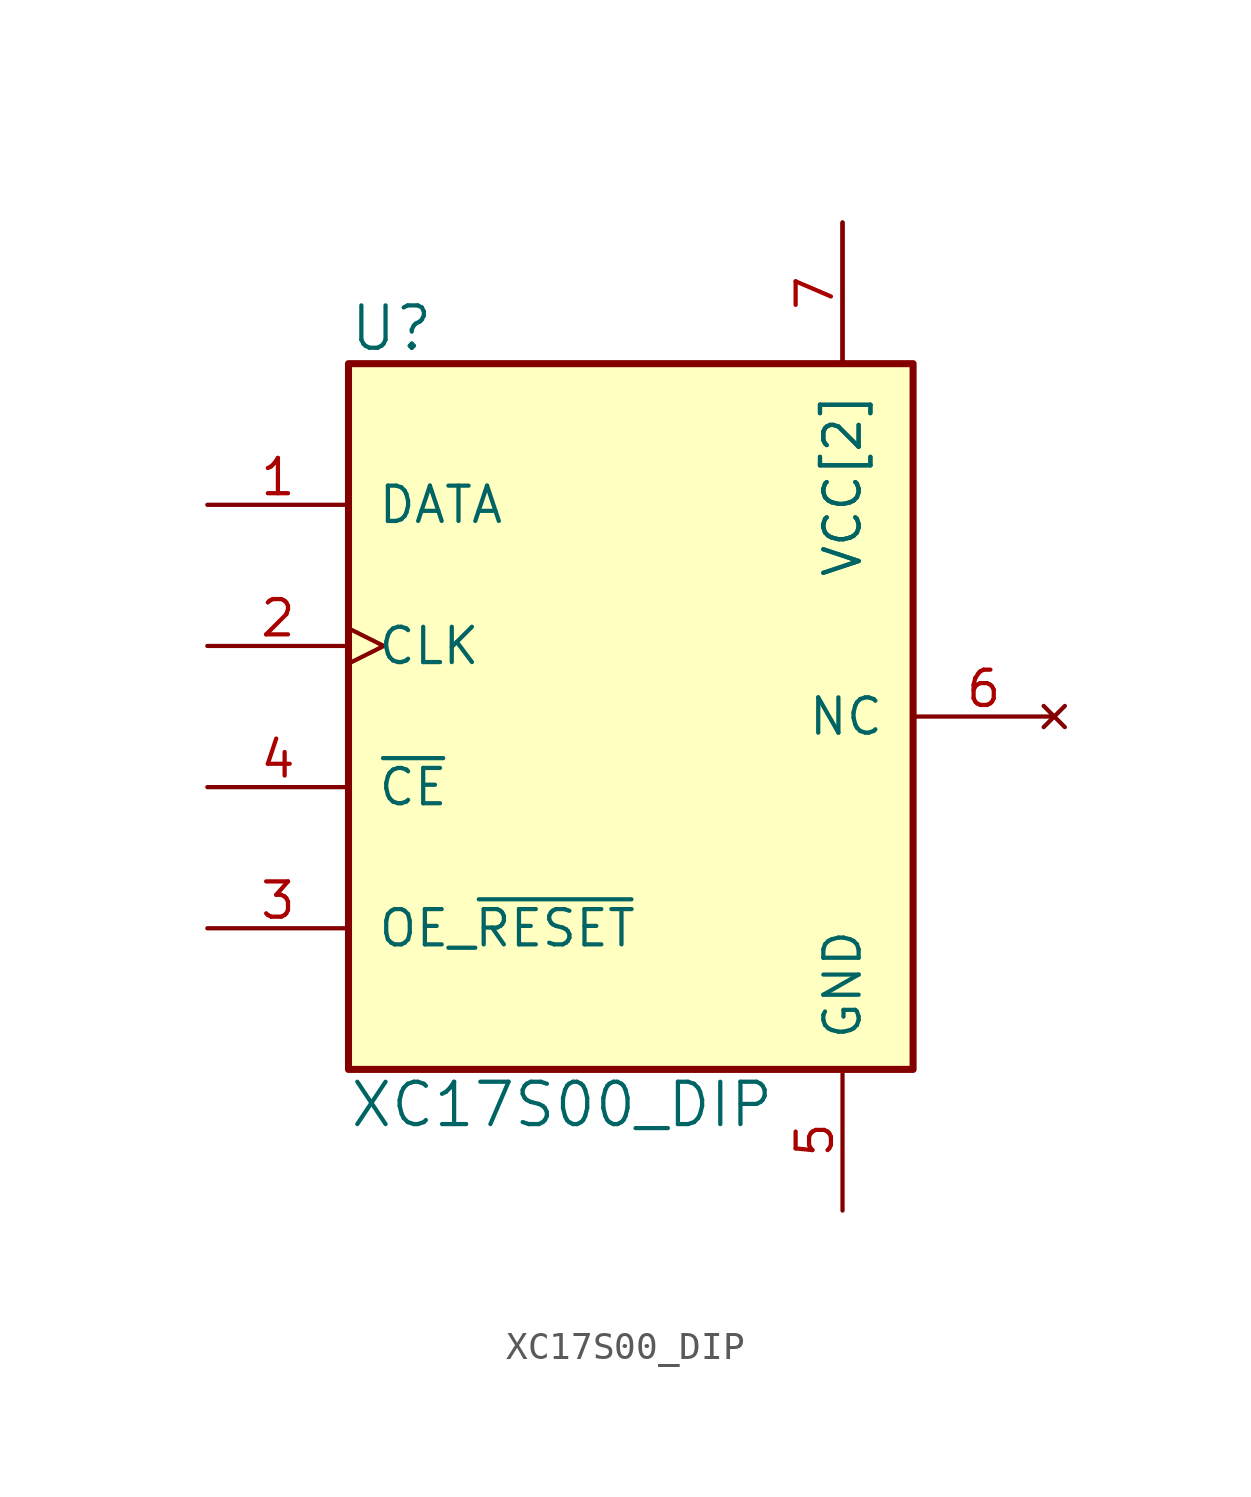
<source format=kicad_sym>
(kicad_symbol_lib
  (version 20231120)
  (generator "kicad_symbol_editor")
  (generator_version "8.0")
  (symbol "XC17S00_DIP"
    (pin_names
      (offset 1.016))
    (property "Reference" "U"
      (at -10.16 13.97 0)
      (effects (font (size 1.524 1.524)) (justify left)))
    (property "Value" "XC17S00_DIP"
      (at -10.16 -13.97 0)
      (effects (font (size 1.524 1.524)) (justify left)))
    (symbol "XC17S00_DIP_1_1"
      (rectangle (start -10.16 12.7) (end 10.16 -12.7) (stroke (width 0.254) (type solid)) (fill (type background)))
      (pin bidirectional line (at -15.24 7.62 0) (length 5.08) (name "DATA" (effects (font (size 1.27 1.27)))) (number "1" (effects (font (size 1.27 1.27)))))
      (pin input clock (at -15.24 2.54 0) (length 5.08) (name "CLK" (effects (font (size 1.27 1.27)))) (number "2" (effects (font (size 1.27 1.27)))))
      (pin input line (at -15.24 -7.62 0) (length 5.08) (name "OE_~{RESET}" (effects (font (size 1.27 1.27)))) (number "3" (effects (font (size 1.27 1.27)))))
      (pin input line (at -15.24 -2.54 0) (length 5.08) (name "~{CE}" (effects (font (size 1.27 1.27)))) (number "4" (effects (font (size 1.27 1.27)))))
      (pin power_in line (at 7.62 -17.78 90) (length 5.08) (name "GND" (effects (font (size 1.27 1.27)))) (number "5" (effects (font (size 1.27 1.27)))))
      (pin no_connect line (at 15.24 0 180) (length 5.08) (name "NC" (effects (font (size 1.27 1.27)))) (number "6" (effects (font (size 1.27 1.27)))))
      (pin power_in line (at 7.62 17.78 270) (length 5.08) (name "VCC[2]" (effects (font (size 1.27 1.27)))) (number "7" (effects (font (size 1.27 1.27)))))
      (pin power_in line (at 7.62 17.78 270) (length 5.08) (name "VCC[2]" (effects (font (size 1.27 1.27)))) (number "8" (effects (font (size 0 0))))))))
</source>
